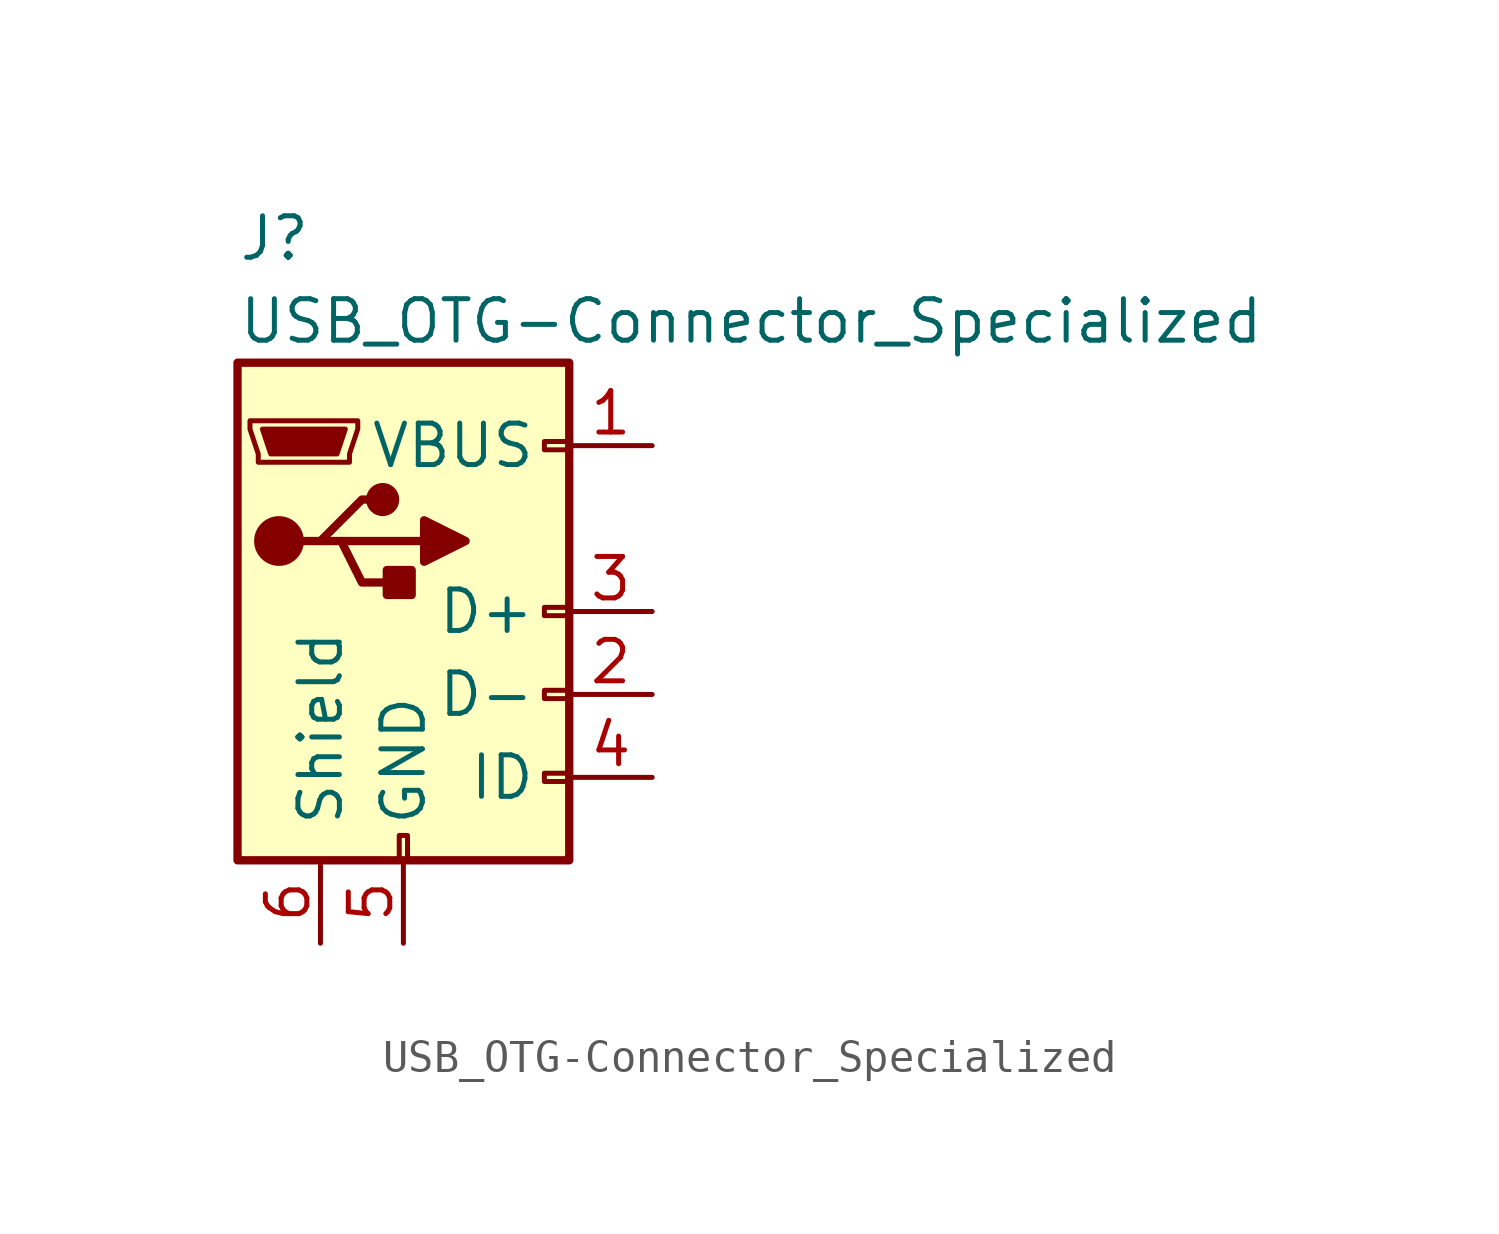
<source format=kicad_sym>
(kicad_symbol_lib
  (version 20220914)
  (generator kicad_symbol_editor)
  (symbol "USB_OTG-Connector_Specialized"
    (pin_names
      (offset 1.016))
    (property "Reference" "J"
      (at -5.08 11.43 0)
      (effects (font (size 1.27 1.27)) (justify left)))
    (property "Value" "USB_OTG-Connector_Specialized"
      (at -5.08 8.89 0)
      (effects (font (size 1.27 1.27)) (justify left)))
    (symbol "USB_OTG-Connector_Specialized_0_1"
      (rectangle (start -5.08 -7.62) (end 5.08 7.62) (stroke (width 0.254) (type solid)) (fill (type background)))
      (circle (center -3.81 2.159) (radius 0.635) (stroke (width 0.254) (type solid)) (fill (type outline)))
      (circle (center -0.635 3.429) (radius 0.381) (stroke (width 0.254) (type solid)) (fill (type outline)))
      (rectangle (start -0.127 -7.62) (end 0.127 -6.858) (stroke (width 0) (type solid)) (fill (type none)))
      (polyline (pts (xy -1.905 2.159) (xy 0.635 2.159)) (stroke (width 0.254) (type solid)) (fill (type none)))
      (polyline (pts (xy -3.175 2.159) (xy -2.54 2.159) (xy -1.27 3.429) (xy -0.635 3.429)) (stroke (width 0.254) (type solid)) (fill (type none)))
      (polyline (pts (xy -2.54 2.159) (xy -1.905 2.159) (xy -1.27 0.889) (xy 0 0.889)) (stroke (width 0.254) (type solid)) (fill (type none)))
      (polyline (pts (xy 0.635 2.794) (xy 0.635 1.524) (xy 1.905 2.159) (xy 0.635 2.794)) (stroke (width 0.254) (type solid)) (fill (type outline)))
      (polyline (pts (xy -4.318 5.588) (xy -1.778 5.588) (xy -2.032 4.826) (xy -4.064 4.826) (xy -4.318 5.588)) (stroke (width 0) (type solid)) (fill (type outline)))
      (polyline (pts (xy -4.699 5.842) (xy -4.699 5.588) (xy -4.445 4.826) (xy -4.445 4.572) (xy -1.651 4.572) (xy -1.651 4.826) (xy -1.397 5.588) (xy -1.397 5.842) (xy -4.699 5.842)) (stroke (width 0) (type solid)) (fill (type none)))
      (rectangle (start 0.254 1.27) (end -0.508 0.508) (stroke (width 0.254) (type solid)) (fill (type outline)))
      (rectangle (start 5.08 -5.207) (end 4.318 -4.953) (stroke (width 0) (type solid)) (fill (type none)))
      (rectangle (start 5.08 -2.667) (end 4.318 -2.413) (stroke (width 0) (type solid)) (fill (type none)))
      (rectangle (start 5.08 -0.127) (end 4.318 0.127) (stroke (width 0) (type solid)) (fill (type none)))
      (rectangle (start 5.08 4.953) (end 4.318 5.207) (stroke (width 0) (type solid)) (fill (type none))))
    (symbol "USB_OTG-Connector_Specialized_1_1"
      (pin power_in line (at 7.62 5.08 180) (length 2.54) (name "VBUS" (effects (font (size 1.27 1.27)))) (number "1" (effects (font (size 1.27 1.27)))))
      (pin passive line (at 7.62 -2.54 180) (length 2.54) (name "D-" (effects (font (size 1.27 1.27)))) (number "2" (effects (font (size 1.27 1.27)))))
      (pin passive line (at 7.62 0 180) (length 2.54) (name "D+" (effects (font (size 1.27 1.27)))) (number "3" (effects (font (size 1.27 1.27)))))
      (pin passive line (at 7.62 -5.08 180) (length 2.54) (name "ID" (effects (font (size 1.27 1.27)))) (number "4" (effects (font (size 1.27 1.27)))))
      (pin power_in line (at 0 -10.16 90) (length 2.54) (name "GND" (effects (font (size 1.27 1.27)))) (number "5" (effects (font (size 1.27 1.27)))))
      (pin passive line (at -2.54 -10.16 90) (length 2.54) (name "Shield" (effects (font (size 1.27 1.27)))) (number "6" (effects (font (size 1.27 1.27))))))))
</source>
